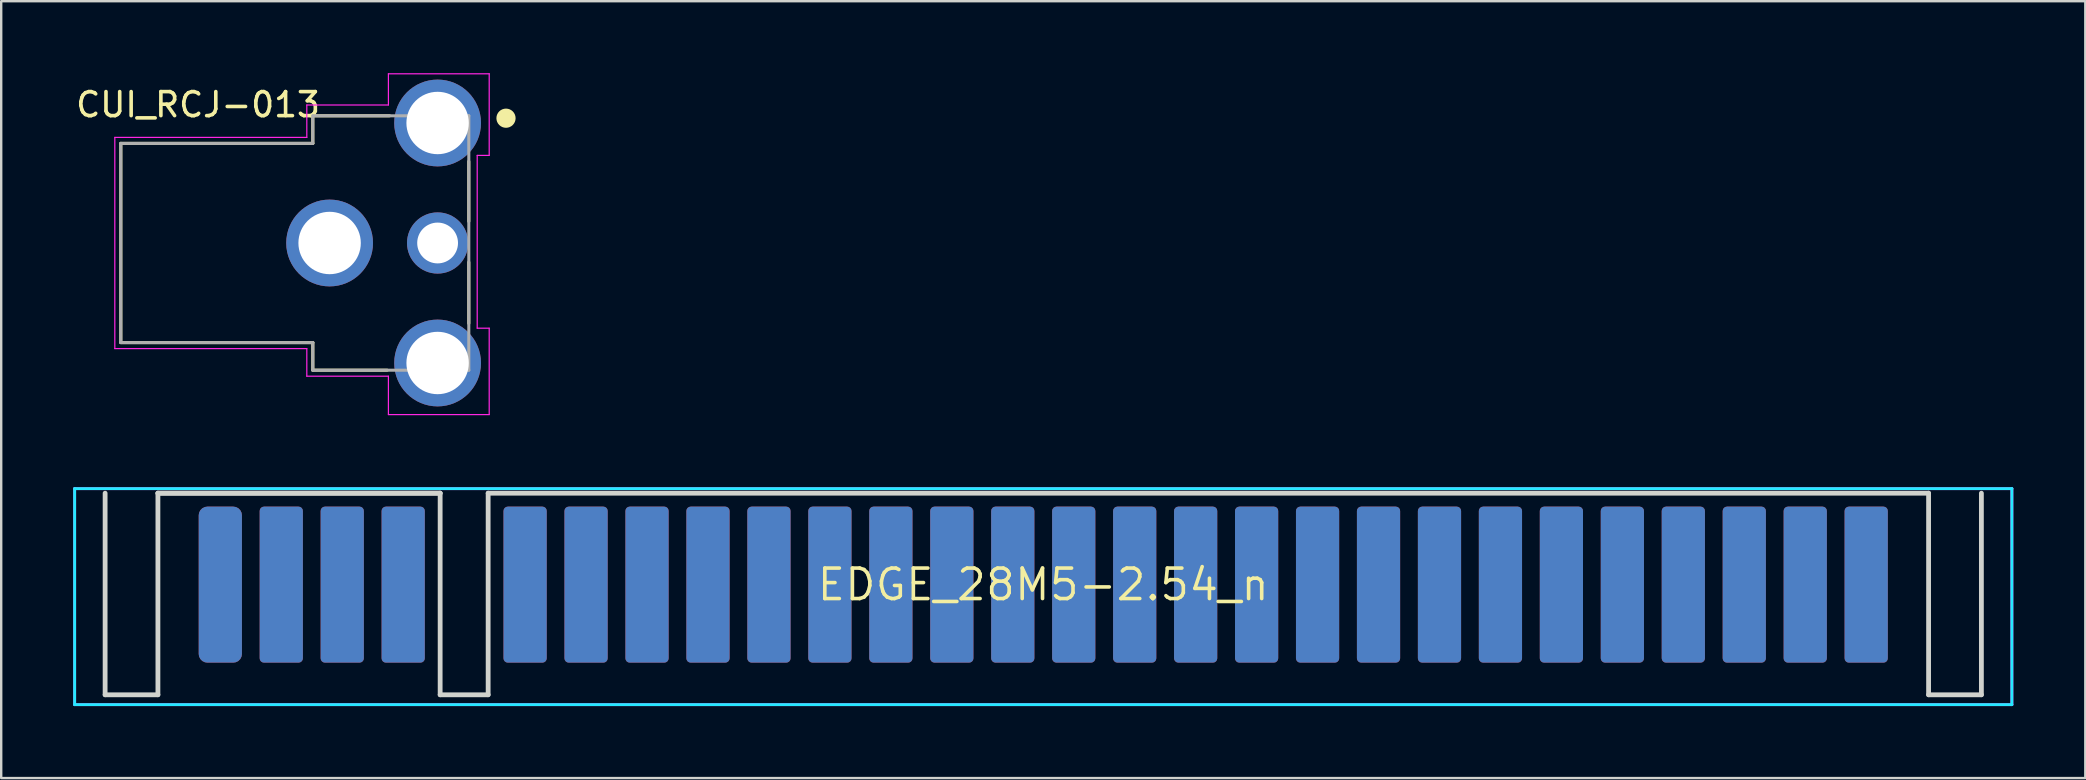
<source format=kicad_pcb>
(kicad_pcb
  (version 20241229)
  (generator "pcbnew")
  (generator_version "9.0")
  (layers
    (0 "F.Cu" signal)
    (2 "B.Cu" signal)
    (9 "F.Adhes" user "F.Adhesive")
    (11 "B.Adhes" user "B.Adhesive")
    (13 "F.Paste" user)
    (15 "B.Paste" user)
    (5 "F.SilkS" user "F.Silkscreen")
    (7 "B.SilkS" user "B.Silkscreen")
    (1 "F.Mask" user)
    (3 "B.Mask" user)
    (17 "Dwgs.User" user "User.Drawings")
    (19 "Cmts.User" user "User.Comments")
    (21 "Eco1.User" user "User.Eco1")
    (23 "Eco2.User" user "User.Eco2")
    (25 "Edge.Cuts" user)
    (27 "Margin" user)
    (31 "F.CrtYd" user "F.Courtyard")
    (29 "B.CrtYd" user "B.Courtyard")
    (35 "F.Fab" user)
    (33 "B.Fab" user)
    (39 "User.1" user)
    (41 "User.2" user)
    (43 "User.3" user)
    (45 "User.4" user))
  (footprint "EDGE_28M5-2.54_n"
    (layer "F.Cu")
    (at 40.42 21.31)
    (property "Reference" "EDGE_28M5-2.54_n" (at 0 0 0) (layer "F.SilkS") (effects (font (size 1.27 1.27) (thickness 0.15))))
    (attr through_hole)
    (fp_line (start -39.09 -3.81) (end -39.09 4.59) (stroke (width 0.2) (type solid)) (layer "Edge.Cuts"))
    (fp_line (start -39.09 4.59) (end -36.89 4.59) (stroke (width 0.2) (type solid)) (layer "Edge.Cuts"))
    (fp_line (start -36.89 -3.81) (end -25.13 -3.81) (stroke (width 0.2) (type solid)) (layer "Edge.Cuts"))
    (fp_line (start -36.89 -3.81) (end -25.13 -3.81) (stroke (width 0.2) (type solid)) (layer "Edge.Cuts"))
    (fp_line (start -36.89 4.59) (end -36.89 -3.81) (stroke (width 0.2) (type solid)) (layer "Edge.Cuts"))
    (fp_line (start -25.13 -3.81) (end -25.13 4.59) (stroke (width 0.2) (type solid)) (layer "Edge.Cuts"))
    (fp_line (start -25.13 4.59) (end -23.13 4.59) (stroke (width 0.2) (type solid)) (layer "Edge.Cuts"))
    (fp_line (start -23.13 -3.81) (end 36.89 -3.81) (stroke (width 0.2) (type solid)) (layer "Edge.Cuts"))
    (fp_line (start -23.13 4.59) (end -23.13 -3.81) (stroke (width 0.2) (type solid)) (layer "Edge.Cuts"))
    (fp_line (start 36.89 -3.81) (end 36.89 4.59) (stroke (width 0.2) (type solid)) (layer "Edge.Cuts"))
    (fp_line (start 36.89 4.59) (end 39.09 4.59) (stroke (width 0.2) (type solid)) (layer "Edge.Cuts"))
    (fp_line (start 39.09 4.59) (end 39.09 -3.81) (stroke (width 0.2) (type solid)) (layer "Edge.Cuts"))
    (fp_line (start -40.36 -4) (end 40.36 -4) (stroke (width 0.12) (type solid)) (layer "B.CrtYd"))
    (fp_line (start -40.36 5) (end -40.36 -4) (stroke (width 0.12) (type solid)) (layer "B.CrtYd"))
    (fp_line (start 40.36 -4) (end 40.36 5) (stroke (width 0.12) (type solid)) (layer "B.CrtYd"))
    (fp_line (start 40.36 5) (end -40.36 5) (stroke (width 0.12) (type solid)) (layer "B.CrtYd"))
    (fp_line (start -40.36 -4) (end 40.36 -4) (stroke (width 0.12) (type solid)) (layer "F.CrtYd"))
    (fp_line (start -40.36 5) (end -40.36 -4) (stroke (width 0.12) (type solid)) (layer "F.CrtYd"))
    (fp_line (start 40.36 -4) (end 40.36 5) (stroke (width 0.12) (type solid)) (layer "F.CrtYd"))
    (fp_line (start 40.36 5) (end -40.36 5) (stroke (width 0.12) (type solid)) (layer "F.CrtYd"))
    (pad "A1" smd roundrect (at -34.29 0) (size 1.8 6.5) (layers "B.Cu" "B.Mask" "B.Paste") (roundrect_rratio 0.2))
    (pad "A2" smd roundrect (at -31.75 0) (size 1.8 6.5) (layers "B.Cu" "B.Mask" "B.Paste") (roundrect_rratio 0.1))
    (pad "A3" smd roundrect (at -29.21 0) (size 1.8 6.5) (layers "B.Cu" "B.Mask" "B.Paste") (roundrect_rratio 0.1))
    (pad "A4" smd roundrect (at -26.67 0) (size 1.8 6.5) (layers "B.Cu" "B.Mask" "B.Paste") (roundrect_rratio 0.1))
    (pad "A6" smd roundrect (at -21.59 0) (size 1.8 6.5) (layers "B.Cu" "B.Mask" "B.Paste") (roundrect_rratio 0.1))
    (pad "A7" smd roundrect (at -19.05 0) (size 1.8 6.5) (layers "B.Cu" "B.Mask" "B.Paste") (roundrect_rratio 0.1))
    (pad "A8" smd roundrect (at -16.51 0) (size 1.8 6.5) (layers "B.Cu" "B.Mask" "B.Paste") (roundrect_rratio 0.1))
    (pad "A9" smd roundrect (at -13.97 0) (size 1.8 6.5) (layers "B.Cu" "B.Mask" "B.Paste") (roundrect_rratio 0.1))
    (pad "A10" smd roundrect (at -11.43 0) (size 1.8 6.5) (layers "B.Cu" "B.Mask" "B.Paste") (roundrect_rratio 0.1))
    (pad "A11" smd roundrect (at -8.89 0) (size 1.8 6.5) (layers "B.Cu" "B.Mask" "B.Paste") (roundrect_rratio 0.1))
    (pad "A12" smd roundrect (at -6.35 0) (size 1.8 6.5) (layers "B.Cu" "B.Mask" "B.Paste") (roundrect_rratio 0.1))
    (pad "A13" smd roundrect (at -3.81 0) (size 1.8 6.5) (layers "B.Cu" "B.Mask" "B.Paste") (roundrect_rratio 0.1))
    (pad "A14" smd roundrect (at -1.27 0) (size 1.8 6.5) (layers "B.Cu" "B.Mask" "B.Paste") (roundrect_rratio 0.1))
    (pad "A15" smd roundrect (at 1.27 0) (size 1.8 6.5) (layers "B.Cu" "B.Mask" "B.Paste") (roundrect_rratio 0.1))
    (pad "A16" smd roundrect (at 3.81 0) (size 1.8 6.5) (layers "B.Cu" "B.Mask" "B.Paste") (roundrect_rratio 0.1))
    (pad "A17" smd roundrect (at 6.35 0) (size 1.8 6.5) (layers "B.Cu" "B.Mask" "B.Paste") (roundrect_rratio 0.1))
    (pad "A18" smd roundrect (at 8.89 0) (size 1.8 6.5) (layers "B.Cu" "B.Mask" "B.Paste") (roundrect_rratio 0.1))
    (pad "A19" smd roundrect (at 11.43 0) (size 1.8 6.5) (layers "B.Cu" "B.Mask" "B.Paste") (roundrect_rratio 0.1))
    (pad "A20" smd roundrect (at 13.97 0) (size 1.8 6.5) (layers "B.Cu" "B.Mask" "B.Paste") (roundrect_rratio 0.1))
    (pad "A21" smd roundrect (at 16.51 0) (size 1.8 6.5) (layers "B.Cu" "B.Mask" "B.Paste") (roundrect_rratio 0.1))
    (pad "A22" smd roundrect (at 19.05 0) (size 1.8 6.5) (layers "B.Cu" "B.Mask" "B.Paste") (roundrect_rratio 0.1))
    (pad "A23" smd roundrect (at 21.59 0) (size 1.8 6.5) (layers "B.Cu" "B.Mask" "B.Paste") (roundrect_rratio 0.1))
    (pad "A24" smd roundrect (at 24.13 0) (size 1.8 6.5) (layers "B.Cu" "B.Mask" "B.Paste") (roundrect_rratio 0.1))
    (pad "A25" smd roundrect (at 26.67 0) (size 1.8 6.5) (layers "B.Cu" "B.Mask" "B.Paste") (roundrect_rratio 0.1))
    (pad "A26" smd roundrect (at 29.21 0) (size 1.8 6.5) (layers "B.Cu" "B.Mask" "B.Paste") (roundrect_rratio 0.1))
    (pad "A27" smd roundrect (at 31.75 0) (size 1.8 6.5) (layers "B.Cu" "B.Mask" "B.Paste") (roundrect_rratio 0.1))
    (pad "A28" smd roundrect (at 34.29 0) (size 1.8 6.5) (layers "B.Cu" "B.Mask" "B.Paste") (roundrect_rratio 0.1))
    (pad "B1" smd roundrect (at -34.29 0) (size 1.8 6.5) (layers "F.Cu" "F.Mask" "F.Paste") (roundrect_rratio 0.2))
    (pad "B2" smd roundrect (at -31.75 0) (size 1.8 6.5) (layers "F.Cu" "F.Mask" "F.Paste") (roundrect_rratio 0.1))
    (pad "B3" smd roundrect (at -29.21 0) (size 1.8 6.5) (layers "F.Cu" "F.Mask" "F.Paste") (roundrect_rratio 0.1))
    (pad "B4" smd roundrect (at -26.67 0) (size 1.8 6.5) (layers "F.Cu" "F.Mask" "F.Paste") (roundrect_rratio 0.1))
    (pad "B6" smd roundrect (at -21.59 0) (size 1.8 6.5) (layers "F.Cu" "F.Mask" "F.Paste") (roundrect_rratio 0.1))
    (pad "B7" smd roundrect (at -19.05 0) (size 1.8 6.5) (layers "F.Cu" "F.Mask" "F.Paste") (roundrect_rratio 0.1))
    (pad "B8" smd roundrect (at -16.51 0) (size 1.8 6.5) (layers "F.Cu" "F.Mask" "F.Paste") (roundrect_rratio 0.1))
    (pad "B9" smd roundrect (at -13.97 0) (size 1.8 6.5) (layers "F.Cu" "F.Mask" "F.Paste") (roundrect_rratio 0.1))
    (pad "B10" smd roundrect (at -11.43 0) (size 1.8 6.5) (layers "F.Cu" "F.Mask" "F.Paste") (roundrect_rratio 0.1))
    (pad "B11" smd roundrect (at -8.89 0) (size 1.8 6.5) (layers "F.Cu" "F.Mask" "F.Paste") (roundrect_rratio 0.1))
    (pad "B12" smd roundrect (at -6.35 0) (size 1.8 6.5) (layers "F.Cu" "F.Mask" "F.Paste") (roundrect_rratio 0.1))
    (pad "B13" smd roundrect (at -3.81 0) (size 1.8 6.5) (layers "F.Cu" "F.Mask" "F.Paste") (roundrect_rratio 0.1))
    (pad "B14" smd roundrect (at -1.27 0) (size 1.8 6.5) (layers "F.Cu" "F.Mask" "F.Paste") (roundrect_rratio 0.1))
    (pad "B15" smd roundrect (at 1.27 0) (size 1.8 6.5) (layers "F.Cu" "F.Mask" "F.Paste") (roundrect_rratio 0.1))
    (pad "B16" smd roundrect (at 3.81 0) (size 1.8 6.5) (layers "F.Cu" "F.Mask" "F.Paste") (roundrect_rratio 0.1))
    (pad "B17" smd roundrect (at 6.35 0) (size 1.8 6.5) (layers "F.Cu" "F.Mask" "F.Paste") (roundrect_rratio 0.1))
    (pad "B18" smd roundrect (at 8.89 0) (size 1.8 6.5) (layers "F.Cu" "F.Mask" "F.Paste") (roundrect_rratio 0.1))
    (pad "B19" smd roundrect (at 11.43 0) (size 1.8 6.5) (layers "F.Cu" "F.Mask" "F.Paste") (roundrect_rratio 0.1))
    (pad "B20" smd roundrect (at 13.97 0) (size 1.8 6.5) (layers "F.Cu" "F.Mask" "F.Paste") (roundrect_rratio 0.1))
    (pad "B21" smd roundrect (at 16.51 0) (size 1.8 6.5) (layers "F.Cu" "F.Mask" "F.Paste") (roundrect_rratio 0.1))
    (pad "B22" smd roundrect (at 19.05 0) (size 1.8 6.5) (layers "F.Cu" "F.Mask" "F.Paste") (roundrect_rratio 0.1))
    (pad "B23" smd roundrect (at 21.59 0) (size 1.8 6.5) (layers "F.Cu" "F.Mask" "F.Paste") (roundrect_rratio 0.1))
    (pad "B24" smd roundrect (at 24.13 0) (size 1.8 6.5) (layers "F.Cu" "F.Mask" "F.Paste") (roundrect_rratio 0.1))
    (pad "B25" smd roundrect (at 26.67 0) (size 1.8 6.5) (layers "F.Cu" "F.Mask" "F.Paste") (roundrect_rratio 0.1))
    (pad "B26" smd roundrect (at 29.21 0) (size 1.8 6.5) (layers "F.Cu" "F.Mask" "F.Paste") (roundrect_rratio 0.1))
    (pad "B27" smd roundrect (at 31.75 0) (size 1.8 6.5) (layers "F.Cu" "F.Mask" "F.Paste") (roundrect_rratio 0.1))
    (pad "B28" smd roundrect (at 34.29 0) (size 1.8 6.5) (layers "F.Cu" "F.Mask" "F.Paste") (roundrect_rratio 0.1)))
  (footprint "CUI_RCJ-013"
    (layer "F.Cu")
    (at 9.234 7.075)
    (property "Reference" "CUI_RCJ-013" (at -4.031 -5.763 0) (layer "F.SilkS") (effects (font (size 1.001 1.001) (thickness 0.15))))
    (attr through_hole)
    (fp_line (start -7.25 -4.15) (end -7.25 4.15) (stroke (width 0.127) (type solid)) (layer "F.SilkS"))
    (fp_line (start -7.25 4.15) (end 0.75 4.15) (stroke (width 0.127) (type solid)) (layer "F.SilkS"))
    (fp_line (start 0.75 -5.3) (end 0.75 -4.15) (stroke (width 0.127) (type solid)) (layer "F.SilkS"))
    (fp_line (start 0.75 -4.15) (end -7.25 -4.15) (stroke (width 0.127) (type solid)) (layer "F.SilkS"))
    (fp_line (start 0.75 4.15) (end 0.75 5.3) (stroke (width 0.127) (type solid)) (layer "F.SilkS"))
    (fp_line (start 0.75 5.3) (end 3.85 5.3) (stroke (width 0.127) (type solid)) (layer "F.SilkS"))
    (fp_line (start 3.95 -5.3) (end 0.75 -5.3) (stroke (width 0.127) (type solid)) (layer "F.SilkS"))
    (fp_line (start 7.25 -0.9) (end 7.25 -3.4) (stroke (width 0.127) (type solid)) (layer "F.SilkS"))
    (fp_line (start 7.25 3.35) (end 7.25 0.8) (stroke (width 0.127) (type solid)) (layer "F.SilkS"))
    (fp_circle (center 8.8 -5.2) (end 9 -5.2) (stroke (width 0.4) (type solid)) (fill no) (layer "F.SilkS"))
    (fp_line (start -7.5 -4.4) (end -7.5 4.4) (stroke (width 0.05) (type solid)) (layer "F.CrtYd"))
    (fp_line (start -7.5 4.4) (end 0.5 4.4) (stroke (width 0.05) (type solid)) (layer "F.CrtYd"))
    (fp_line (start 0.5 -5.75) (end 0.5 -4.4) (stroke (width 0.05) (type solid)) (layer "F.CrtYd"))
    (fp_line (start 0.5 -4.4) (end -7.5 -4.4) (stroke (width 0.05) (type solid)) (layer "F.CrtYd"))
    (fp_line (start 0.5 4.4) (end 0.5 5.55) (stroke (width 0.05) (type solid)) (layer "F.CrtYd"))
    (fp_line (start 0.5 5.55) (end 3.9 5.55) (stroke (width 0.05) (type solid)) (layer "F.CrtYd"))
    (fp_line (start 3.9 -7.05) (end 8.1 -7.05) (stroke (width 0.05) (type solid)) (layer "F.CrtYd"))
    (fp_line (start 3.9 -5.75) (end 0.5 -5.75) (stroke (width 0.05) (type solid)) (layer "F.CrtYd"))
    (fp_line (start 3.9 -5.75) (end 3.9 -7.05) (stroke (width 0.05) (type solid)) (layer "F.CrtYd"))
    (fp_line (start 3.9 7.15) (end 3.9 5.55) (stroke (width 0.05) (type solid)) (layer "F.CrtYd"))
    (fp_line (start 7.6 -3.65) (end 7.6 3.55) (stroke (width 0.05) (type solid)) (layer "F.CrtYd"))
    (fp_line (start 7.6 3.55) (end 8.1 3.55) (stroke (width 0.05) (type solid)) (layer "F.CrtYd"))
    (fp_line (start 8.1 -7.05) (end 8.1 -3.65) (stroke (width 0.05) (type solid)) (layer "F.CrtYd"))
    (fp_line (start 8.1 -3.65) (end 7.6 -3.65) (stroke (width 0.05) (type solid)) (layer "F.CrtYd"))
    (fp_line (start 8.1 7.15) (end 3.9 7.15) (stroke (width 0.05) (type solid)) (layer "F.CrtYd"))
    (fp_line (start 8.1 7.15) (end 8.1 3.55) (stroke (width 0.05) (type solid)) (layer "F.CrtYd"))
    (fp_line (start -7.25 -4.15) (end -7.25 4.15) (stroke (width 0.127) (type solid)) (layer "F.Fab"))
    (fp_line (start -7.25 4.15) (end 0.75 4.15) (stroke (width 0.127) (type solid)) (layer "F.Fab"))
    (fp_line (start 0.75 -5.3) (end 0.75 -4.15) (stroke (width 0.127) (type solid)) (layer "F.Fab"))
    (fp_line (start 0.75 -4.15) (end -7.25 -4.15) (stroke (width 0.127) (type solid)) (layer "F.Fab"))
    (fp_line (start 0.75 4.15) (end 0.75 5.3) (stroke (width 0.127) (type solid)) (layer "F.Fab"))
    (fp_line (start 0.75 5.3) (end 7.25 5.3) (stroke (width 0.127) (type solid)) (layer "F.Fab"))
    (fp_line (start 7.25 -5.3) (end 0.75 -5.3) (stroke (width 0.127) (type solid)) (layer "F.Fab"))
    (fp_line (start 7.25 5.3) (end 7.25 -5.3) (stroke (width 0.127) (type solid)) (layer "F.Fab"))
    (pad "1A" thru_hole circle (at 5.95 -5) (size 3.616 3.616) (drill 2.6) (layers "*.Cu" "*.Mask"))
    (pad "1B" thru_hole circle (at 5.95 5) (size 3.616 3.616) (drill 2.6) (layers "*.Cu" "*.Mask"))
    (pad "1C" thru_hole circle (at 1.45 0) (size 3.616 3.616) (drill 2.6) (layers "*.Cu" "*.Mask"))
    (pad "2" thru_hole circle (at 5.95 0) (size 2.55 2.55) (drill 1.7) (layers "*.Cu" "*.Mask")))
  (gr_rect
    (start -3 -3)
    (end 83.84 29.37)
    (stroke (width 0.1) (type default))
    (fill no)
    (layer "Edge.Cuts")))
</source>
